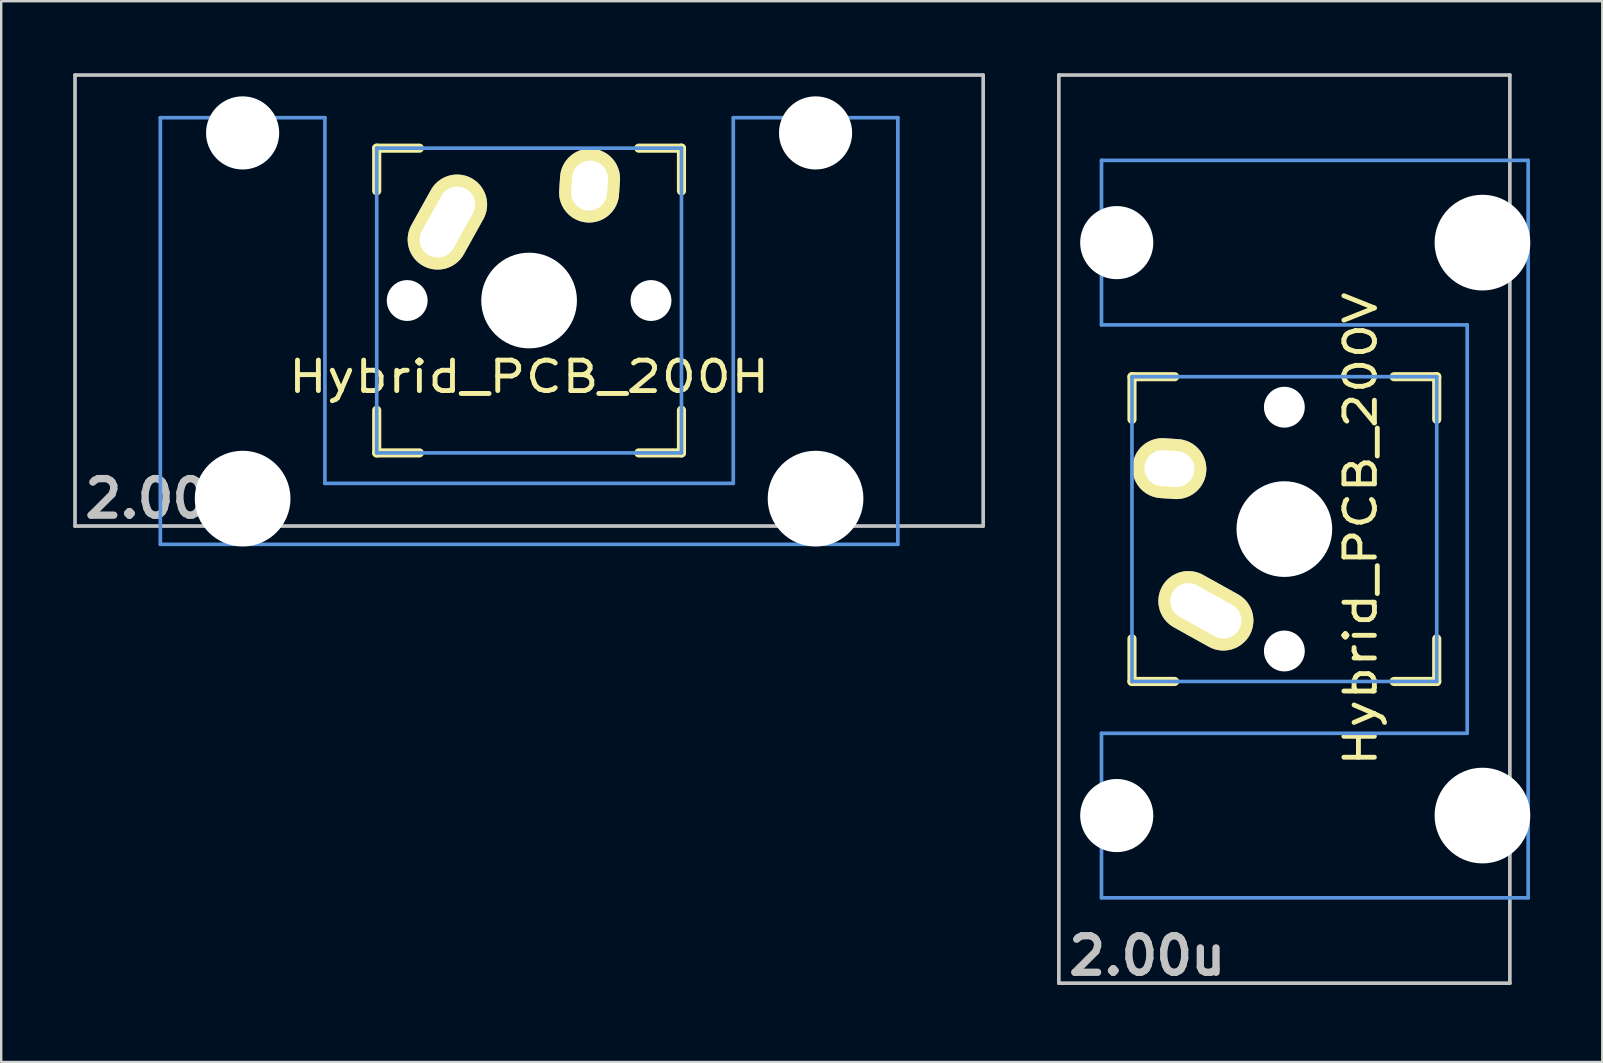
<source format=kicad_pcb>
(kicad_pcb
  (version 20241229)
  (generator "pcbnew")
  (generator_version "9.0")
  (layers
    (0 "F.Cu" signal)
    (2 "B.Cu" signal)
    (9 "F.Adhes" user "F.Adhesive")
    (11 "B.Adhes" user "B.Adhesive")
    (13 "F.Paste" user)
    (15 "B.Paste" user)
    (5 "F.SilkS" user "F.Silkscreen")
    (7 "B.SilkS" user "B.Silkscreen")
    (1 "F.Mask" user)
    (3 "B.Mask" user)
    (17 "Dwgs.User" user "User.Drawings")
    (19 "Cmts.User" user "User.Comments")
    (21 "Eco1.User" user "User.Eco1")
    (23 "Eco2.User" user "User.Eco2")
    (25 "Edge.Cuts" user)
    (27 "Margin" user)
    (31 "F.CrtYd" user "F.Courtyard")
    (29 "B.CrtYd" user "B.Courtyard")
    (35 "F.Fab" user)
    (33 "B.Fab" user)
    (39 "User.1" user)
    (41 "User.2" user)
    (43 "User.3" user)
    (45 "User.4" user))
  (footprint "Hybrid_PCB_200V"
    (layer "F.Cu")
    (at 50.473 18.999)
    (property "Reference" "Hybrid_PCB_200V" (at 3.175 0 90) (layer "F.SilkS") (effects (font (size 1.27 1.524) (thickness 0.203))))
    (attr through_hole)
    (fp_line (start -6.35 -6.35) (end -4.572 -6.35) (stroke (width 0.381) (type solid)) (layer "F.SilkS"))
    (fp_line (start -6.35 -4.572) (end -6.35 -6.35) (stroke (width 0.381) (type solid)) (layer "F.SilkS"))
    (fp_line (start -6.35 6.35) (end -6.35 4.572) (stroke (width 0.381) (type solid)) (layer "F.SilkS"))
    (fp_line (start -4.572 6.35) (end -6.35 6.35) (stroke (width 0.381) (type solid)) (layer "F.SilkS"))
    (fp_line (start 4.572 -6.35) (end 6.35 -6.35) (stroke (width 0.381) (type solid)) (layer "F.SilkS"))
    (fp_line (start 6.35 -6.35) (end 6.35 -4.572) (stroke (width 0.381) (type solid)) (layer "F.SilkS"))
    (fp_line (start 6.35 4.572) (end 6.35 6.35) (stroke (width 0.381) (type solid)) (layer "F.SilkS"))
    (fp_line (start 6.35 6.35) (end 4.572 6.35) (stroke (width 0.381) (type solid)) (layer "F.SilkS"))
    (fp_line (start -9.398 -18.923) (end 9.398 -18.923) (stroke (width 0.152) (type solid)) (layer "Dwgs.User"))
    (fp_line (start -9.398 18.923) (end -9.398 -18.923) (stroke (width 0.152) (type solid)) (layer "Dwgs.User"))
    (fp_line (start 9.398 -18.923) (end 9.398 18.923) (stroke (width 0.152) (type solid)) (layer "Dwgs.User"))
    (fp_line (start 9.398 18.923) (end -9.398 18.923) (stroke (width 0.152) (type solid)) (layer "Dwgs.User"))
    (fp_line (start -7.62 -15.367) (end -7.62 -8.509) (stroke (width 0.152) (type solid)) (layer "Cmts.User"))
    (fp_line (start -7.62 -8.509) (end 7.62 -8.509) (stroke (width 0.152) (type solid)) (layer "Cmts.User"))
    (fp_line (start -7.62 8.509) (end -7.62 15.367) (stroke (width 0.152) (type solid)) (layer "Cmts.User"))
    (fp_line (start -7.62 15.367) (end 10.16 15.367) (stroke (width 0.152) (type solid)) (layer "Cmts.User"))
    (fp_line (start -6.35 -6.35) (end 6.35 -6.35) (stroke (width 0.152) (type solid)) (layer "Cmts.User"))
    (fp_line (start -6.35 6.35) (end -6.35 -6.35) (stroke (width 0.152) (type solid)) (layer "Cmts.User"))
    (fp_line (start 6.35 -6.35) (end 6.35 6.35) (stroke (width 0.152) (type solid)) (layer "Cmts.User"))
    (fp_line (start 6.35 6.35) (end -6.35 6.35) (stroke (width 0.152) (type solid)) (layer "Cmts.User"))
    (fp_line (start 7.62 -8.509) (end 7.62 8.509) (stroke (width 0.152) (type solid)) (layer "Cmts.User"))
    (fp_line (start 7.62 8.509) (end -7.62 8.509) (stroke (width 0.152) (type solid)) (layer "Cmts.User"))
    (fp_line (start 10.16 -15.367) (end -7.62 -15.367) (stroke (width 0.152) (type solid)) (layer "Cmts.User"))
    (fp_line (start 10.16 15.367) (end 10.16 -15.367) (stroke (width 0.152) (type solid)) (layer "Cmts.User"))
    (fp_line (start -6.985 -6.985) (end -4.877 -6.985) (stroke (width 0.152) (type solid)) (layer "Eco2.User"))
    (fp_line (start -6.985 6.985) (end -6.985 -6.985) (stroke (width 0.152) (type solid)) (layer "Eco2.User"))
    (fp_line (start -5.69 -15.265) (end -2.286 -15.265) (stroke (width 0.152) (type solid)) (layer "Eco2.User"))
    (fp_line (start -5.69 -8.611) (end -5.69 -15.265) (stroke (width 0.152) (type solid)) (layer "Eco2.User"))
    (fp_line (start -5.69 8.611) (end -4.877 8.611) (stroke (width 0.152) (type solid)) (layer "Eco2.User"))
    (fp_line (start -5.69 15.265) (end -5.69 8.611) (stroke (width 0.152) (type solid)) (layer "Eco2.User"))
    (fp_line (start -4.877 -8.611) (end -5.69 -8.611) (stroke (width 0.152) (type solid)) (layer "Eco2.User"))
    (fp_line (start -4.877 -6.985) (end -4.877 -8.611) (stroke (width 0.152) (type solid)) (layer "Eco2.User"))
    (fp_line (start -4.877 6.985) (end -6.985 6.985) (stroke (width 0.152) (type solid)) (layer "Eco2.User"))
    (fp_line (start -4.877 8.611) (end -4.877 6.985) (stroke (width 0.152) (type solid)) (layer "Eco2.User"))
    (fp_line (start -2.286 -16.129) (end 0.508 -16.129) (stroke (width 0.152) (type solid)) (layer "Eco2.User"))
    (fp_line (start -2.286 -15.265) (end -2.286 -16.129) (stroke (width 0.152) (type solid)) (layer "Eco2.User"))
    (fp_line (start -2.286 15.265) (end -5.69 15.265) (stroke (width 0.152) (type solid)) (layer "Eco2.User"))
    (fp_line (start -2.286 16.129) (end -2.286 15.265) (stroke (width 0.152) (type solid)) (layer "Eco2.User"))
    (fp_line (start 0.508 -16.129) (end 0.508 -15.265) (stroke (width 0.152) (type solid)) (layer "Eco2.User"))
    (fp_line (start 0.508 -15.265) (end 6.604 -15.265) (stroke (width 0.152) (type solid)) (layer "Eco2.User"))
    (fp_line (start 0.508 15.265) (end 0.508 16.129) (stroke (width 0.152) (type solid)) (layer "Eco2.User"))
    (fp_line (start 0.508 16.129) (end -2.286 16.129) (stroke (width 0.152) (type solid)) (layer "Eco2.User"))
    (fp_line (start 5.817 -8.611) (end 5.817 -6.985) (stroke (width 0.152) (type solid)) (layer "Eco2.User"))
    (fp_line (start 5.817 -6.985) (end 6.985 -6.985) (stroke (width 0.152) (type solid)) (layer "Eco2.User"))
    (fp_line (start 5.817 6.985) (end 5.817 8.611) (stroke (width 0.152) (type solid)) (layer "Eco2.User"))
    (fp_line (start 5.817 8.611) (end 6.604 8.611) (stroke (width 0.152) (type solid)) (layer "Eco2.User"))
    (fp_line (start 6.604 -15.265) (end 6.604 -14.224) (stroke (width 0.152) (type solid)) (layer "Eco2.User"))
    (fp_line (start 6.604 -14.224) (end 7.772 -14.224) (stroke (width 0.152) (type solid)) (layer "Eco2.User"))
    (fp_line (start 6.604 -9.652) (end 6.604 -8.611) (stroke (width 0.152) (type solid)) (layer "Eco2.User"))
    (fp_line (start 6.604 -8.611) (end 5.817 -8.611) (stroke (width 0.152) (type solid)) (layer "Eco2.User"))
    (fp_line (start 6.604 8.611) (end 6.604 9.652) (stroke (width 0.152) (type solid)) (layer "Eco2.User"))
    (fp_line (start 6.604 9.652) (end 7.772 9.652) (stroke (width 0.152) (type solid)) (layer "Eco2.User"))
    (fp_line (start 6.604 14.224) (end 6.604 15.265) (stroke (width 0.152) (type solid)) (layer "Eco2.User"))
    (fp_line (start 6.604 15.265) (end 0.508 15.265) (stroke (width 0.152) (type solid)) (layer "Eco2.User"))
    (fp_line (start 6.985 -6.985) (end 6.985 6.985) (stroke (width 0.152) (type solid)) (layer "Eco2.User"))
    (fp_line (start 6.985 6.985) (end 5.817 6.985) (stroke (width 0.152) (type solid)) (layer "Eco2.User"))
    (fp_line (start 7.772 -14.224) (end 7.772 -9.652) (stroke (width 0.152) (type solid)) (layer "Eco2.User"))
    (fp_line (start 7.772 -9.652) (end 6.604 -9.652) (stroke (width 0.152) (type solid)) (layer "Eco2.User"))
    (fp_line (start 7.772 9.652) (end 7.772 14.224) (stroke (width 0.152) (type solid)) (layer "Eco2.User"))
    (fp_line (start 7.772 14.224) (end 6.604 14.224) (stroke (width 0.152) (type solid)) (layer "Eco2.User"))
    (fp_text user "2.00u" (at -5.715 17.78 0) (layer "Dwgs.User") (effects (font (size 1.524 1.524) (thickness 0.305))))
    (pad "" np_thru_hole circle (at -6.985 -11.938 90) (size 3.048 3.048) (drill 3.048) (layers "*.Cu"))
    (pad "" np_thru_hole circle (at -6.985 11.938 90) (size 3.048 3.048) (drill 3.048) (layers "*.Cu"))
    (pad "" np_thru_hole circle (at 0 -5.08 90) (size 1.702 1.702) (drill 1.702) (layers "*.Cu"))
    (pad "" np_thru_hole circle (at 0 0 90) (size 3.988 3.988) (drill 3.988) (layers "*.Cu"))
    (pad "" np_thru_hole circle (at 0 5.08 90) (size 1.702 1.702) (drill 1.702) (layers "*.Cu"))
    (pad "" np_thru_hole circle (at 8.255 -11.938 90) (size 3.988 3.988) (drill 3.988) (layers "*.Cu"))
    (pad "" np_thru_hole circle (at 8.255 11.938 90) (size 3.988 3.988) (drill 3.988) (layers "*.Cu"))
    (pad "1" thru_hole oval (at -3.27 3.405 60.95) (size 2.5 4.17) (drill oval 1.5 3.17) (layers "*.Cu" "*.Mask" "F.SilkS"))
    (pad "2" thru_hole oval (at -4.79 -2.52 86.1) (size 2.5 3.08) (drill oval 1.5 2.08) (layers "*.Cu" "*.Mask" "F.SilkS")))
  (footprint "Hybrid_PCB_200H"
    (layer "F.Cu")
    (at 18.999 9.474)
    (property "Reference" "Hybrid_PCB_200H" (at 0 3.175 0) (layer "F.SilkS") (effects (font (size 1.27 1.524) (thickness 0.203))))
    (attr through_hole)
    (fp_line (start -6.35 -6.35) (end -4.572 -6.35) (stroke (width 0.381) (type solid)) (layer "F.SilkS"))
    (fp_line (start -6.35 -4.572) (end -6.35 -6.35) (stroke (width 0.381) (type solid)) (layer "F.SilkS"))
    (fp_line (start -6.35 6.35) (end -6.35 4.572) (stroke (width 0.381) (type solid)) (layer "F.SilkS"))
    (fp_line (start -4.572 6.35) (end -6.35 6.35) (stroke (width 0.381) (type solid)) (layer "F.SilkS"))
    (fp_line (start 4.572 -6.35) (end 6.35 -6.35) (stroke (width 0.381) (type solid)) (layer "F.SilkS"))
    (fp_line (start 6.35 -6.35) (end 6.35 -4.572) (stroke (width 0.381) (type solid)) (layer "F.SilkS"))
    (fp_line (start 6.35 4.572) (end 6.35 6.35) (stroke (width 0.381) (type solid)) (layer "F.SilkS"))
    (fp_line (start 6.35 6.35) (end 4.572 6.35) (stroke (width 0.381) (type solid)) (layer "F.SilkS"))
    (fp_line (start -18.923 -9.398) (end 18.923 -9.398) (stroke (width 0.152) (type solid)) (layer "Dwgs.User"))
    (fp_line (start -18.923 9.398) (end -18.923 -9.398) (stroke (width 0.152) (type solid)) (layer "Dwgs.User"))
    (fp_line (start 18.923 -9.398) (end 18.923 9.398) (stroke (width 0.152) (type solid)) (layer "Dwgs.User"))
    (fp_line (start 18.923 9.398) (end -18.923 9.398) (stroke (width 0.152) (type solid)) (layer "Dwgs.User"))
    (fp_line (start -15.367 -7.62) (end -15.367 10.16) (stroke (width 0.152) (type solid)) (layer "Cmts.User"))
    (fp_line (start -15.367 10.16) (end 15.367 10.16) (stroke (width 0.152) (type solid)) (layer "Cmts.User"))
    (fp_line (start -8.509 -7.62) (end -15.367 -7.62) (stroke (width 0.152) (type solid)) (layer "Cmts.User"))
    (fp_line (start -8.509 7.62) (end -8.509 -7.62) (stroke (width 0.152) (type solid)) (layer "Cmts.User"))
    (fp_line (start -6.35 -6.35) (end 6.35 -6.35) (stroke (width 0.152) (type solid)) (layer "Cmts.User"))
    (fp_line (start -6.35 6.35) (end -6.35 -6.35) (stroke (width 0.152) (type solid)) (layer "Cmts.User"))
    (fp_line (start 6.35 -6.35) (end 6.35 6.35) (stroke (width 0.152) (type solid)) (layer "Cmts.User"))
    (fp_line (start 6.35 6.35) (end -6.35 6.35) (stroke (width 0.152) (type solid)) (layer "Cmts.User"))
    (fp_line (start 8.509 -7.62) (end 8.509 7.62) (stroke (width 0.152) (type solid)) (layer "Cmts.User"))
    (fp_line (start 8.509 7.62) (end -8.509 7.62) (stroke (width 0.152) (type solid)) (layer "Cmts.User"))
    (fp_line (start 15.367 -7.62) (end 8.509 -7.62) (stroke (width 0.152) (type solid)) (layer "Cmts.User"))
    (fp_line (start 15.367 10.16) (end 15.367 -7.62) (stroke (width 0.152) (type solid)) (layer "Cmts.User"))
    (fp_line (start -16.129 -2.286) (end -15.265 -2.286) (stroke (width 0.152) (type solid)) (layer "Eco2.User"))
    (fp_line (start -16.129 0.508) (end -16.129 -2.286) (stroke (width 0.152) (type solid)) (layer "Eco2.User"))
    (fp_line (start -15.265 -5.69) (end -8.611 -5.69) (stroke (width 0.152) (type solid)) (layer "Eco2.User"))
    (fp_line (start -15.265 -2.286) (end -15.265 -5.69) (stroke (width 0.152) (type solid)) (layer "Eco2.User"))
    (fp_line (start -15.265 0.508) (end -16.129 0.508) (stroke (width 0.152) (type solid)) (layer "Eco2.User"))
    (fp_line (start -15.265 6.604) (end -15.265 0.508) (stroke (width 0.152) (type solid)) (layer "Eco2.User"))
    (fp_line (start -14.224 6.604) (end -15.265 6.604) (stroke (width 0.152) (type solid)) (layer "Eco2.User"))
    (fp_line (start -14.224 7.772) (end -14.224 6.604) (stroke (width 0.152) (type solid)) (layer "Eco2.User"))
    (fp_line (start -9.652 6.604) (end -9.652 7.772) (stroke (width 0.152) (type solid)) (layer "Eco2.User"))
    (fp_line (start -9.652 7.772) (end -14.224 7.772) (stroke (width 0.152) (type solid)) (layer "Eco2.User"))
    (fp_line (start -8.611 -5.69) (end -8.611 -4.877) (stroke (width 0.152) (type solid)) (layer "Eco2.User"))
    (fp_line (start -8.611 -4.877) (end -6.985 -4.877) (stroke (width 0.152) (type solid)) (layer "Eco2.User"))
    (fp_line (start -8.611 5.817) (end -8.611 6.604) (stroke (width 0.152) (type solid)) (layer "Eco2.User"))
    (fp_line (start -8.611 6.604) (end -9.652 6.604) (stroke (width 0.152) (type solid)) (layer "Eco2.User"))
    (fp_line (start -6.985 -6.985) (end 6.985 -6.985) (stroke (width 0.152) (type solid)) (layer "Eco2.User"))
    (fp_line (start -6.985 -4.877) (end -6.985 -6.985) (stroke (width 0.152) (type solid)) (layer "Eco2.User"))
    (fp_line (start -6.985 5.817) (end -8.611 5.817) (stroke (width 0.152) (type solid)) (layer "Eco2.User"))
    (fp_line (start -6.985 6.985) (end -6.985 5.817) (stroke (width 0.152) (type solid)) (layer "Eco2.User"))
    (fp_line (start 6.985 -6.985) (end 6.985 -4.877) (stroke (width 0.152) (type solid)) (layer "Eco2.User"))
    (fp_line (start 6.985 -4.877) (end 8.611 -4.877) (stroke (width 0.152) (type solid)) (layer "Eco2.User"))
    (fp_line (start 6.985 5.817) (end 6.985 6.985) (stroke (width 0.152) (type solid)) (layer "Eco2.User"))
    (fp_line (start 6.985 6.985) (end -6.985 6.985) (stroke (width 0.152) (type solid)) (layer "Eco2.User"))
    (fp_line (start 8.611 -5.69) (end 15.265 -5.69) (stroke (width 0.152) (type solid)) (layer "Eco2.User"))
    (fp_line (start 8.611 -4.877) (end 8.611 -5.69) (stroke (width 0.152) (type solid)) (layer "Eco2.User"))
    (fp_line (start 8.611 5.817) (end 6.985 5.817) (stroke (width 0.152) (type solid)) (layer "Eco2.User"))
    (fp_line (start 8.611 6.604) (end 8.611 5.817) (stroke (width 0.152) (type solid)) (layer "Eco2.User"))
    (fp_line (start 9.652 6.604) (end 8.611 6.604) (stroke (width 0.152) (type solid)) (layer "Eco2.User"))
    (fp_line (start 9.652 7.772) (end 9.652 6.604) (stroke (width 0.152) (type solid)) (layer "Eco2.User"))
    (fp_line (start 14.224 6.604) (end 14.224 7.772) (stroke (width 0.152) (type solid)) (layer "Eco2.User"))
    (fp_line (start 14.224 7.772) (end 9.652 7.772) (stroke (width 0.152) (type solid)) (layer "Eco2.User"))
    (fp_line (start 15.265 -5.69) (end 15.265 -2.286) (stroke (width 0.152) (type solid)) (layer "Eco2.User"))
    (fp_line (start 15.265 -2.286) (end 16.129 -2.286) (stroke (width 0.152) (type solid)) (layer "Eco2.User"))
    (fp_line (start 15.265 0.508) (end 15.265 6.604) (stroke (width 0.152) (type solid)) (layer "Eco2.User"))
    (fp_line (start 15.265 6.604) (end 14.224 6.604) (stroke (width 0.152) (type solid)) (layer "Eco2.User"))
    (fp_line (start 16.129 -2.286) (end 16.129 0.508) (stroke (width 0.152) (type solid)) (layer "Eco2.User"))
    (fp_line (start 16.129 0.508) (end 15.265 0.508) (stroke (width 0.152) (type solid)) (layer "Eco2.User"))
    (fp_text user "2.00u" (at -15.24 8.255 0) (layer "Dwgs.User") (effects (font (size 1.524 1.524) (thickness 0.305))))
    (pad "" np_thru_hole circle (at -11.938 -6.985) (size 3.048 3.048) (drill 3.048) (layers "*.Cu"))
    (pad "" np_thru_hole circle (at -11.938 8.255) (size 3.988 3.988) (drill 3.988) (layers "*.Cu"))
    (pad "" np_thru_hole circle (at -5.08 0) (size 1.702 1.702) (drill 1.702) (layers "*.Cu"))
    (pad "" np_thru_hole circle (at 0 0) (size 3.988 3.988) (drill 3.988) (layers "*.Cu"))
    (pad "" np_thru_hole circle (at 5.08 0) (size 1.702 1.702) (drill 1.702) (layers "*.Cu"))
    (pad "" np_thru_hole circle (at 11.938 -6.985) (size 3.048 3.048) (drill 3.048) (layers "*.Cu"))
    (pad "" np_thru_hole circle (at 11.938 8.255) (size 3.988 3.988) (drill 3.988) (layers "*.Cu"))
    (pad "1" thru_hole oval (at -3.405 -3.27 330.95) (size 2.5 4.17) (drill oval 1.5 3.17) (layers "*.Cu" "*.Mask" "F.SilkS"))
    (pad "2" thru_hole oval (at 2.52 -4.79 356.1) (size 2.5 3.08) (drill oval 1.5 2.08) (layers "*.Cu" "*.Mask" "F.SilkS")))
  (gr_rect
    (start -3 -3)
    (end 63.721 41.206)
    (stroke (width 0.1) (type default))
    (fill no)
    (layer "Edge.Cuts")))
</source>
